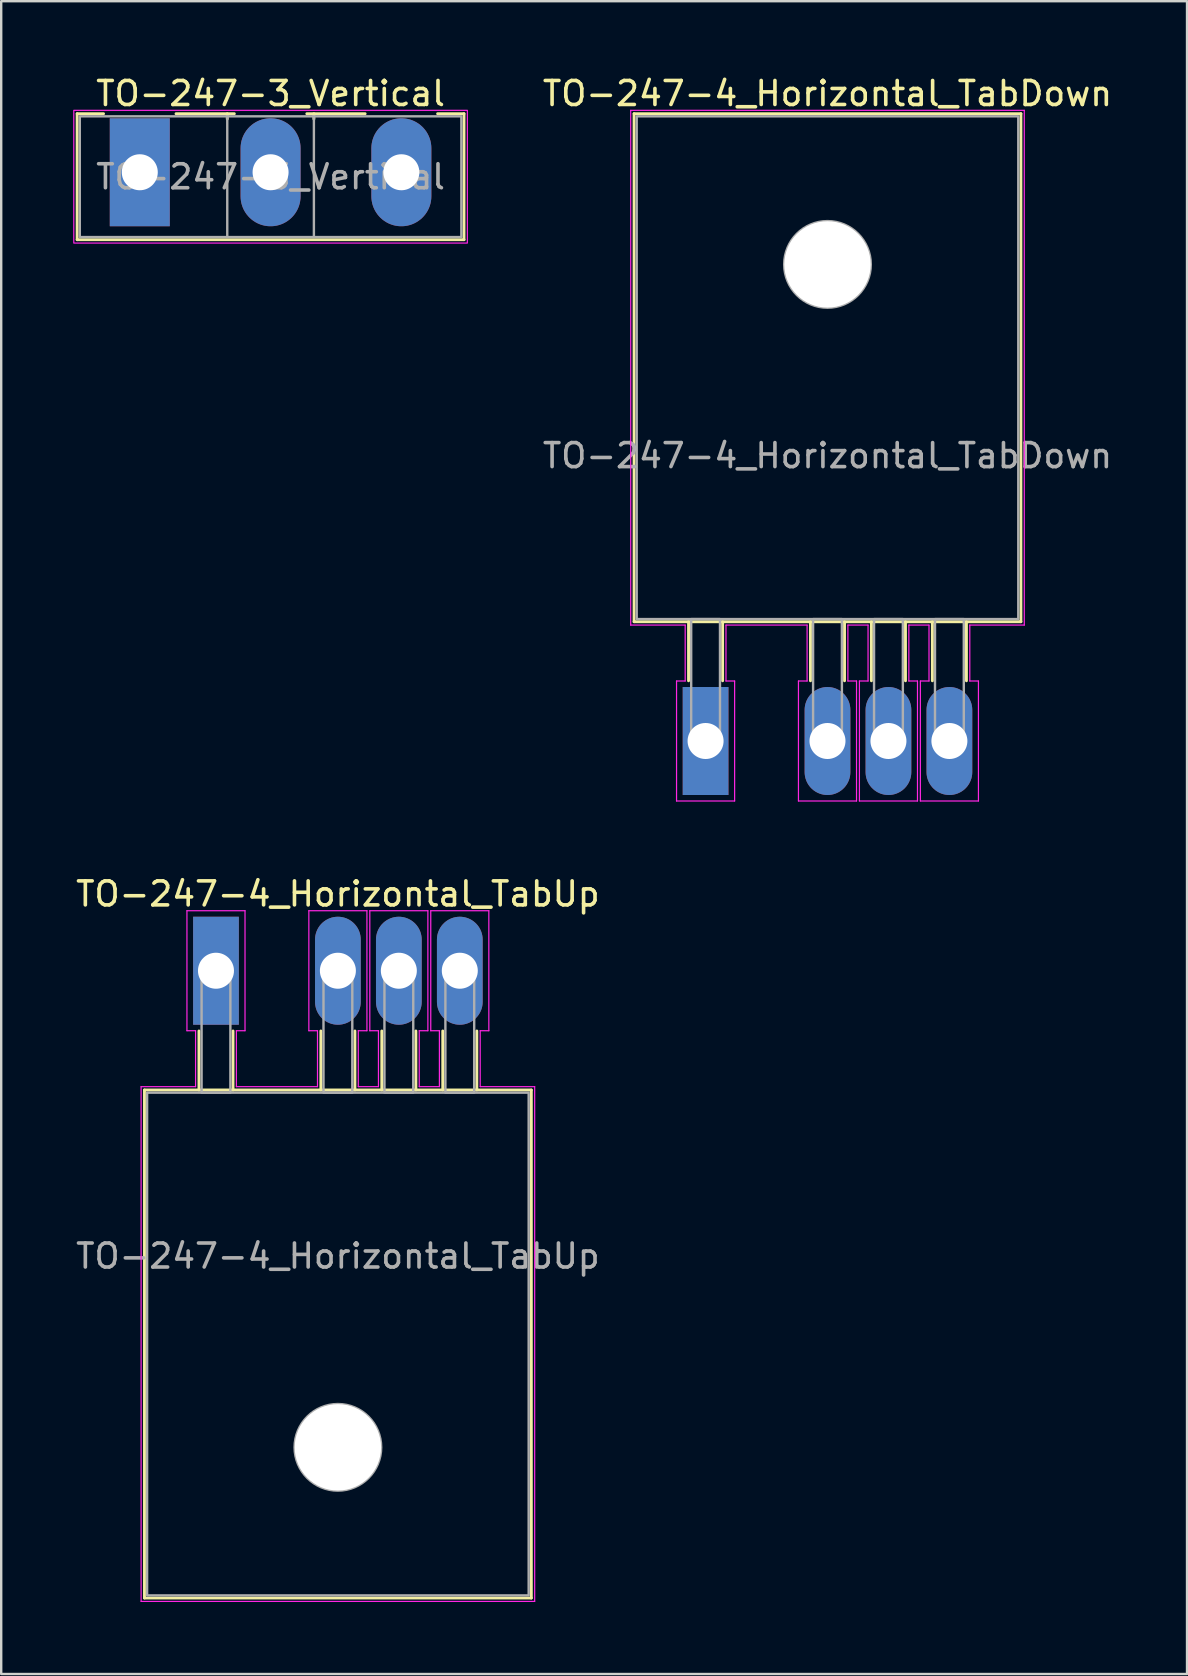
<source format=kicad_pcb>
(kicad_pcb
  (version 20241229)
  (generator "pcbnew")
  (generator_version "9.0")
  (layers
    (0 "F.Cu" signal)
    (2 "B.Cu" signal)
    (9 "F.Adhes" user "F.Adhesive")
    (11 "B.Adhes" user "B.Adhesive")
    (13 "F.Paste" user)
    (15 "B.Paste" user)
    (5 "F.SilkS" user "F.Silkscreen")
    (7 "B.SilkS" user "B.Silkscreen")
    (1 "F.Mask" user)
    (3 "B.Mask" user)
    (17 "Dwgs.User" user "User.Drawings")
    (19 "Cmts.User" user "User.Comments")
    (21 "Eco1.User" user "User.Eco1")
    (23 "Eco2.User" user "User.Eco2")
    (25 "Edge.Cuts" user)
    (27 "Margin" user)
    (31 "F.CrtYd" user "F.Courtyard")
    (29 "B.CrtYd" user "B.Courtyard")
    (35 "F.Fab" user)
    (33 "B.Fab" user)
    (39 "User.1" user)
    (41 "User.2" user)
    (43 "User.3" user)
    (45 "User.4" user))
  (footprint "TO-247-3_Vertical"
    (layer "F.Cu")
    (at 2.775 4.128)
    (property "Reference" "TO-247-3_Vertical" (at 5.45 -3.28 0) (layer "F.SilkS") (effects (font (size 1 1) (thickness 0.15))))
    (attr through_hole)
    (fp_line (start -2.61 -2.44) (end -2.61 2.81) (stroke (width 0.12) (type solid)) (layer "F.SilkS"))
    (fp_line (start -2.61 -2.44) (end -1.51 -2.44) (stroke (width 0.12) (type solid)) (layer "F.SilkS"))
    (fp_line (start -2.61 2.81) (end 13.51 2.81) (stroke (width 0.12) (type solid)) (layer "F.SilkS"))
    (fp_line (start 1.51 -2.44) (end 3.94 -2.44) (stroke (width 0.12) (type solid)) (layer "F.SilkS"))
    (fp_line (start 3.645 -2.44) (end 3.645 -2.22) (stroke (width 0.12) (type solid)) (layer "F.SilkS"))
    (fp_line (start 6.96 -2.44) (end 9.39 -2.44) (stroke (width 0.12) (type solid)) (layer "F.SilkS"))
    (fp_line (start 7.255 -2.44) (end 7.255 -2.22) (stroke (width 0.12) (type solid)) (layer "F.SilkS"))
    (fp_line (start 12.41 -2.44) (end 13.51 -2.44) (stroke (width 0.12) (type solid)) (layer "F.SilkS"))
    (fp_line (start 13.51 -2.44) (end 13.51 2.81) (stroke (width 0.12) (type solid)) (layer "F.SilkS"))
    (fp_rect (start 13.65 2.95) (end -2.75 -2.58) (stroke (width 0.05) (type solid)) (fill no) (layer "F.CrtYd"))
    (fp_line (start 3.645 -2.33) (end 3.645 2.7) (stroke (width 0.1) (type solid)) (layer "F.Fab"))
    (fp_line (start 7.255 -2.33) (end 7.255 2.7) (stroke (width 0.1) (type solid)) (layer "F.Fab"))
    (fp_rect (start -2.5 -2.33) (end 13.4 2.7) (stroke (width 0.1) (type solid)) (fill no) (layer "F.Fab"))
    (fp_text user "${REFERENCE}" (at 5.45 0.19 0) (layer "F.Fab") (effects (font (size 1 1) (thickness 0.15))))
    (pad "1" thru_hole rect (at 0 0) (size 2.5 4.5) (drill 1.5) (layers "*.Cu" "*.Mask"))
    (pad "2" thru_hole oval (at 5.45 0) (size 2.5 4.5) (drill 1.5) (layers "*.Cu" "*.Mask"))
    (pad "3" thru_hole oval (at 10.9 0) (size 2.5 4.5) (drill 1.5) (layers "*.Cu" "*.Mask")))
  (footprint "TO-247-4_Horizontal_TabUp"
    (layer "F.Cu")
    (at 5.95 37.401)
    (property "Reference" "TO-247-4_Horizontal_TabUp" (at 5.08 -3.2 0) (layer "F.SilkS") (effects (font (size 1 1) (thickness 0.15))))
    (attr through_hole)
    (fp_line (start -2.98 4.97) (end -2.98 26.14) (stroke (width 0.12) (type solid)) (layer "F.SilkS"))
    (fp_line (start -2.98 4.97) (end 13.14 4.97) (stroke (width 0.12) (type solid)) (layer "F.SilkS"))
    (fp_line (start -2.98 26.14) (end 13.14 26.14) (stroke (width 0.12) (type solid)) (layer "F.SilkS"))
    (fp_line (start -0.71 4.97) (end -0.71 2.51) (stroke (width 0.12) (type solid)) (layer "F.SilkS"))
    (fp_line (start 0.71 4.97) (end 0.71 2.51) (stroke (width 0.12) (type solid)) (layer "F.SilkS"))
    (fp_line (start 4.37 4.97) (end 4.37 2.51) (stroke (width 0.12) (type solid)) (layer "F.SilkS"))
    (fp_line (start 5.79 4.97) (end 5.79 2.51) (stroke (width 0.12) (type solid)) (layer "F.SilkS"))
    (fp_line (start 6.91 4.97) (end 6.91 2.51) (stroke (width 0.12) (type solid)) (layer "F.SilkS"))
    (fp_line (start 8.33 4.97) (end 8.33 2.51) (stroke (width 0.12) (type solid)) (layer "F.SilkS"))
    (fp_line (start 9.45 4.97) (end 9.45 2.51) (stroke (width 0.12) (type solid)) (layer "F.SilkS"))
    (fp_line (start 10.87 4.97) (end 10.87 2.51) (stroke (width 0.12) (type solid)) (layer "F.SilkS"))
    (fp_line (start 13.14 4.97) (end 13.14 26.14) (stroke (width 0.12) (type solid)) (layer "F.SilkS"))
    (fp_line (start -3.12 4.83) (end -0.85 4.83) (stroke (width 0.05) (type solid)) (layer "F.CrtYd"))
    (fp_line (start -3.12 26.28) (end -3.12 4.83) (stroke (width 0.05) (type solid)) (layer "F.CrtYd"))
    (fp_line (start -1.21 -2.5) (end 1.21 -2.5) (stroke (width 0.05) (type solid)) (layer "F.CrtYd"))
    (fp_line (start -1.21 2.5) (end -1.21 -2.5) (stroke (width 0.05) (type solid)) (layer "F.CrtYd"))
    (fp_line (start -0.85 2.5) (end -1.21 2.5) (stroke (width 0.05) (type solid)) (layer "F.CrtYd"))
    (fp_line (start -0.85 4.83) (end -0.85 2.5) (stroke (width 0.05) (type solid)) (layer "F.CrtYd"))
    (fp_line (start 0.85 2.5) (end 0.85 4.83) (stroke (width 0.05) (type solid)) (layer "F.CrtYd"))
    (fp_line (start 0.85 4.83) (end 4.23 4.83) (stroke (width 0.05) (type solid)) (layer "F.CrtYd"))
    (fp_line (start 1.21 -2.5) (end 1.21 2.5) (stroke (width 0.05) (type solid)) (layer "F.CrtYd"))
    (fp_line (start 1.21 2.5) (end 0.85 2.5) (stroke (width 0.05) (type solid)) (layer "F.CrtYd"))
    (fp_line (start 3.87 -2.5) (end 6.29 -2.5) (stroke (width 0.05) (type solid)) (layer "F.CrtYd"))
    (fp_line (start 3.87 2.5) (end 3.87 -2.5) (stroke (width 0.05) (type solid)) (layer "F.CrtYd"))
    (fp_line (start 4.23 2.5) (end 3.87 2.5) (stroke (width 0.05) (type solid)) (layer "F.CrtYd"))
    (fp_line (start 4.23 4.83) (end 4.23 2.5) (stroke (width 0.05) (type solid)) (layer "F.CrtYd"))
    (fp_line (start 5.93 2.5) (end 5.93 4.83) (stroke (width 0.05) (type solid)) (layer "F.CrtYd"))
    (fp_line (start 5.93 4.83) (end 6.77 4.83) (stroke (width 0.05) (type solid)) (layer "F.CrtYd"))
    (fp_line (start 6.29 -2.5) (end 6.29 2.5) (stroke (width 0.05) (type solid)) (layer "F.CrtYd"))
    (fp_line (start 6.29 2.5) (end 5.93 2.5) (stroke (width 0.05) (type solid)) (layer "F.CrtYd"))
    (fp_line (start 6.41 -2.5) (end 8.83 -2.5) (stroke (width 0.05) (type solid)) (layer "F.CrtYd"))
    (fp_line (start 6.41 2.5) (end 6.41 -2.5) (stroke (width 0.05) (type solid)) (layer "F.CrtYd"))
    (fp_line (start 6.77 2.5) (end 6.41 2.5) (stroke (width 0.05) (type solid)) (layer "F.CrtYd"))
    (fp_line (start 6.77 4.83) (end 6.77 2.5) (stroke (width 0.05) (type solid)) (layer "F.CrtYd"))
    (fp_line (start 8.47 2.5) (end 8.47 4.83) (stroke (width 0.05) (type solid)) (layer "F.CrtYd"))
    (fp_line (start 8.47 4.83) (end 9.31 4.83) (stroke (width 0.05) (type solid)) (layer "F.CrtYd"))
    (fp_line (start 8.83 -2.5) (end 8.83 2.5) (stroke (width 0.05) (type solid)) (layer "F.CrtYd"))
    (fp_line (start 8.83 2.5) (end 8.47 2.5) (stroke (width 0.05) (type solid)) (layer "F.CrtYd"))
    (fp_line (start 8.95 -2.5) (end 11.37 -2.5) (stroke (width 0.05) (type solid)) (layer "F.CrtYd"))
    (fp_line (start 8.95 2.5) (end 8.95 -2.5) (stroke (width 0.05) (type solid)) (layer "F.CrtYd"))
    (fp_line (start 9.31 2.5) (end 8.95 2.5) (stroke (width 0.05) (type solid)) (layer "F.CrtYd"))
    (fp_line (start 9.31 4.83) (end 9.31 2.5) (stroke (width 0.05) (type solid)) (layer "F.CrtYd"))
    (fp_line (start 11.01 2.5) (end 11.01 4.83) (stroke (width 0.05) (type solid)) (layer "F.CrtYd"))
    (fp_line (start 11.01 4.83) (end 13.28 4.83) (stroke (width 0.05) (type solid)) (layer "F.CrtYd"))
    (fp_line (start 11.37 -2.5) (end 11.37 2.5) (stroke (width 0.05) (type solid)) (layer "F.CrtYd"))
    (fp_line (start 11.37 2.5) (end 11.01 2.5) (stroke (width 0.05) (type solid)) (layer "F.CrtYd"))
    (fp_line (start 13.28 4.83) (end 13.28 26.28) (stroke (width 0.05) (type solid)) (layer "F.CrtYd"))
    (fp_line (start 13.28 26.28) (end -3.12 26.28) (stroke (width 0.05) (type solid)) (layer "F.CrtYd"))
    (fp_rect (start -2.87 5.08) (end 13.03 26.03) (stroke (width 0.1) (type solid)) (fill no) (layer "F.Fab"))
    (fp_rect (start -0.6 5.08) (end 0.6 0) (stroke (width 0.1) (type solid)) (fill no) (layer "F.Fab"))
    (fp_rect (start 4.48 5.08) (end 5.68 0) (stroke (width 0.1) (type solid)) (fill no) (layer "F.Fab"))
    (fp_rect (start 7.02 5.08) (end 8.22 0) (stroke (width 0.1) (type solid)) (fill no) (layer "F.Fab"))
    (fp_rect (start 9.56 5.08) (end 10.76 0) (stroke (width 0.1) (type solid)) (fill no) (layer "F.Fab"))
    (fp_circle (center 5.08 19.86) (end 6.885 19.86) (stroke (width 0.1) (type solid)) (fill no) (layer "F.Fab"))
    (fp_text user "${REFERENCE}" (at 5.08 11.89 0) (layer "F.Fab") (effects (font (size 1 1) (thickness 0.15))))
    (pad "" np_thru_hole circle (at 5.08 19.86) (size 3.6 3.6) (drill 3.6) (layers "*.Cu" "*.Mask"))
    (pad "1" thru_hole rect (at 0 0) (size 1.905 4.5) (drill 1.5) (layers "*.Cu" "*.Mask"))
    (pad "2" thru_hole oval (at 5.08 0) (size 1.905 4.5) (drill 1.5) (layers "*.Cu" "*.Mask"))
    (pad "3" thru_hole oval (at 7.62 0) (size 1.905 4.5) (drill 1.5) (layers "*.Cu" "*.Mask"))
    (pad "4" thru_hole oval (at 10.16 0) (size 1.905 4.5) (drill 1.5) (layers "*.Cu" "*.Mask")))
  (footprint "TO-247-4_Horizontal_TabDown"
    (layer "F.Cu")
    (at 26.352 27.828)
    (property "Reference" "TO-247-4_Horizontal_TabDown" (at 5.08 -26.98 0) (layer "F.SilkS") (effects (font (size 1 1) (thickness 0.15))))
    (attr through_hole)
    (fp_line (start -2.98 -26.14) (end 13.14 -26.14) (stroke (width 0.12) (type solid)) (layer "F.SilkS"))
    (fp_line (start -2.98 -4.97) (end -2.98 -26.14) (stroke (width 0.12) (type solid)) (layer "F.SilkS"))
    (fp_line (start -2.98 -4.97) (end 13.14 -4.97) (stroke (width 0.12) (type solid)) (layer "F.SilkS"))
    (fp_line (start -0.71 -4.97) (end -0.71 -2.51) (stroke (width 0.12) (type solid)) (layer "F.SilkS"))
    (fp_line (start 0.71 -4.97) (end 0.71 -2.51) (stroke (width 0.12) (type solid)) (layer "F.SilkS"))
    (fp_line (start 4.37 -4.97) (end 4.37 -2.51) (stroke (width 0.12) (type solid)) (layer "F.SilkS"))
    (fp_line (start 5.79 -4.97) (end 5.79 -2.51) (stroke (width 0.12) (type solid)) (layer "F.SilkS"))
    (fp_line (start 6.91 -4.97) (end 6.91 -2.51) (stroke (width 0.12) (type solid)) (layer "F.SilkS"))
    (fp_line (start 8.33 -4.97) (end 8.33 -2.51) (stroke (width 0.12) (type solid)) (layer "F.SilkS"))
    (fp_line (start 9.45 -4.97) (end 9.45 -2.51) (stroke (width 0.12) (type solid)) (layer "F.SilkS"))
    (fp_line (start 10.87 -4.97) (end 10.87 -2.51) (stroke (width 0.12) (type solid)) (layer "F.SilkS"))
    (fp_line (start 13.14 -4.97) (end 13.14 -26.14) (stroke (width 0.12) (type solid)) (layer "F.SilkS"))
    (fp_line (start -3.12 -26.28) (end 13.28 -26.28) (stroke (width 0.05) (type solid)) (layer "F.CrtYd"))
    (fp_line (start -3.12 -4.83) (end -3.12 -26.28) (stroke (width 0.05) (type solid)) (layer "F.CrtYd"))
    (fp_line (start -1.21 -2.5) (end -0.85 -2.5) (stroke (width 0.05) (type solid)) (layer "F.CrtYd"))
    (fp_line (start -1.21 2.5) (end -1.21 -2.5) (stroke (width 0.05) (type solid)) (layer "F.CrtYd"))
    (fp_line (start -0.85 -4.83) (end -3.12 -4.83) (stroke (width 0.05) (type solid)) (layer "F.CrtYd"))
    (fp_line (start -0.85 -2.5) (end -0.85 -4.83) (stroke (width 0.05) (type solid)) (layer "F.CrtYd"))
    (fp_line (start 0.85 -4.83) (end 0.85 -2.5) (stroke (width 0.05) (type solid)) (layer "F.CrtYd"))
    (fp_line (start 0.85 -2.5) (end 1.21 -2.5) (stroke (width 0.05) (type solid)) (layer "F.CrtYd"))
    (fp_line (start 1.21 -2.5) (end 1.21 2.5) (stroke (width 0.05) (type solid)) (layer "F.CrtYd"))
    (fp_line (start 1.21 2.5) (end -1.21 2.5) (stroke (width 0.05) (type solid)) (layer "F.CrtYd"))
    (fp_line (start 3.87 -2.5) (end 4.23 -2.5) (stroke (width 0.05) (type solid)) (layer "F.CrtYd"))
    (fp_line (start 3.87 2.5) (end 3.87 -2.5) (stroke (width 0.05) (type solid)) (layer "F.CrtYd"))
    (fp_line (start 4.23 -4.83) (end 0.85 -4.83) (stroke (width 0.05) (type solid)) (layer "F.CrtYd"))
    (fp_line (start 4.23 -2.5) (end 4.23 -4.83) (stroke (width 0.05) (type solid)) (layer "F.CrtYd"))
    (fp_line (start 5.93 -4.83) (end 5.93 -2.5) (stroke (width 0.05) (type solid)) (layer "F.CrtYd"))
    (fp_line (start 5.93 -2.5) (end 6.29 -2.5) (stroke (width 0.05) (type solid)) (layer "F.CrtYd"))
    (fp_line (start 6.29 -2.5) (end 6.29 2.5) (stroke (width 0.05) (type solid)) (layer "F.CrtYd"))
    (fp_line (start 6.29 2.5) (end 3.87 2.5) (stroke (width 0.05) (type solid)) (layer "F.CrtYd"))
    (fp_line (start 6.41 -2.5) (end 6.77 -2.5) (stroke (width 0.05) (type solid)) (layer "F.CrtYd"))
    (fp_line (start 6.41 2.5) (end 6.41 -2.5) (stroke (width 0.05) (type solid)) (layer "F.CrtYd"))
    (fp_line (start 6.77 -4.83) (end 5.93 -4.83) (stroke (width 0.05) (type solid)) (layer "F.CrtYd"))
    (fp_line (start 6.77 -2.5) (end 6.77 -4.83) (stroke (width 0.05) (type solid)) (layer "F.CrtYd"))
    (fp_line (start 8.47 -4.83) (end 8.47 -2.5) (stroke (width 0.05) (type solid)) (layer "F.CrtYd"))
    (fp_line (start 8.47 -2.5) (end 8.83 -2.5) (stroke (width 0.05) (type solid)) (layer "F.CrtYd"))
    (fp_line (start 8.83 -2.5) (end 8.83 2.5) (stroke (width 0.05) (type solid)) (layer "F.CrtYd"))
    (fp_line (start 8.83 2.5) (end 6.41 2.5) (stroke (width 0.05) (type solid)) (layer "F.CrtYd"))
    (fp_line (start 8.95 -2.5) (end 9.31 -2.5) (stroke (width 0.05) (type solid)) (layer "F.CrtYd"))
    (fp_line (start 8.95 2.5) (end 8.95 -2.5) (stroke (width 0.05) (type solid)) (layer "F.CrtYd"))
    (fp_line (start 9.31 -4.83) (end 8.47 -4.83) (stroke (width 0.05) (type solid)) (layer "F.CrtYd"))
    (fp_line (start 9.31 -2.5) (end 9.31 -4.83) (stroke (width 0.05) (type solid)) (layer "F.CrtYd"))
    (fp_line (start 11.01 -4.83) (end 11.01 -2.5) (stroke (width 0.05) (type solid)) (layer "F.CrtYd"))
    (fp_line (start 11.01 -2.5) (end 11.37 -2.5) (stroke (width 0.05) (type solid)) (layer "F.CrtYd"))
    (fp_line (start 11.37 -2.5) (end 11.37 2.5) (stroke (width 0.05) (type solid)) (layer "F.CrtYd"))
    (fp_line (start 11.37 2.5) (end 8.95 2.5) (stroke (width 0.05) (type solid)) (layer "F.CrtYd"))
    (fp_line (start 13.28 -26.28) (end 13.28 -4.83) (stroke (width 0.05) (type solid)) (layer "F.CrtYd"))
    (fp_line (start 13.28 -4.83) (end 11.01 -4.83) (stroke (width 0.05) (type solid)) (layer "F.CrtYd"))
    (fp_rect (start -2.87 -5.08) (end 13.03 -26.03) (stroke (width 0.1) (type solid)) (fill no) (layer "F.Fab"))
    (fp_rect (start -0.6 -5.08) (end 0.6 0) (stroke (width 0.1) (type solid)) (fill no) (layer "F.Fab"))
    (fp_rect (start 4.48 -5.08) (end 5.68 0) (stroke (width 0.1) (type solid)) (fill no) (layer "F.Fab"))
    (fp_rect (start 7.02 -5.08) (end 8.22 0) (stroke (width 0.1) (type solid)) (fill no) (layer "F.Fab"))
    (fp_rect (start 9.56 -5.08) (end 10.76 0) (stroke (width 0.1) (type solid)) (fill no) (layer "F.Fab"))
    (fp_circle (center 5.08 -19.86) (end 6.885 -19.86) (stroke (width 0.1) (type solid)) (fill no) (layer "F.Fab"))
    (fp_text user "${REFERENCE}" (at 5.08 -11.89 0) (layer "F.Fab") (effects (font (size 1 1) (thickness 0.15))))
    (pad "" np_thru_hole circle (at 5.08 -19.86) (size 3.6 3.6) (drill 3.6) (layers "*.Cu" "*.Mask"))
    (pad "1" thru_hole rect (at 0 0) (size 1.905 4.5) (drill 1.5) (layers "*.Cu" "*.Mask"))
    (pad "2" thru_hole oval (at 5.08 0) (size 1.905 4.5) (drill 1.5) (layers "*.Cu" "*.Mask"))
    (pad "3" thru_hole oval (at 7.62 0) (size 1.905 4.5) (drill 1.5) (layers "*.Cu" "*.Mask"))
    (pad "4" thru_hole oval (at 10.16 0) (size 1.905 4.5) (drill 1.5) (layers "*.Cu" "*.Mask")))
  (gr_rect
    (start -3 -3)
    (end 46.414 66.707)
    (stroke (width 0.1) (type default))
    (fill no)
    (layer "Edge.Cuts")))
</source>
